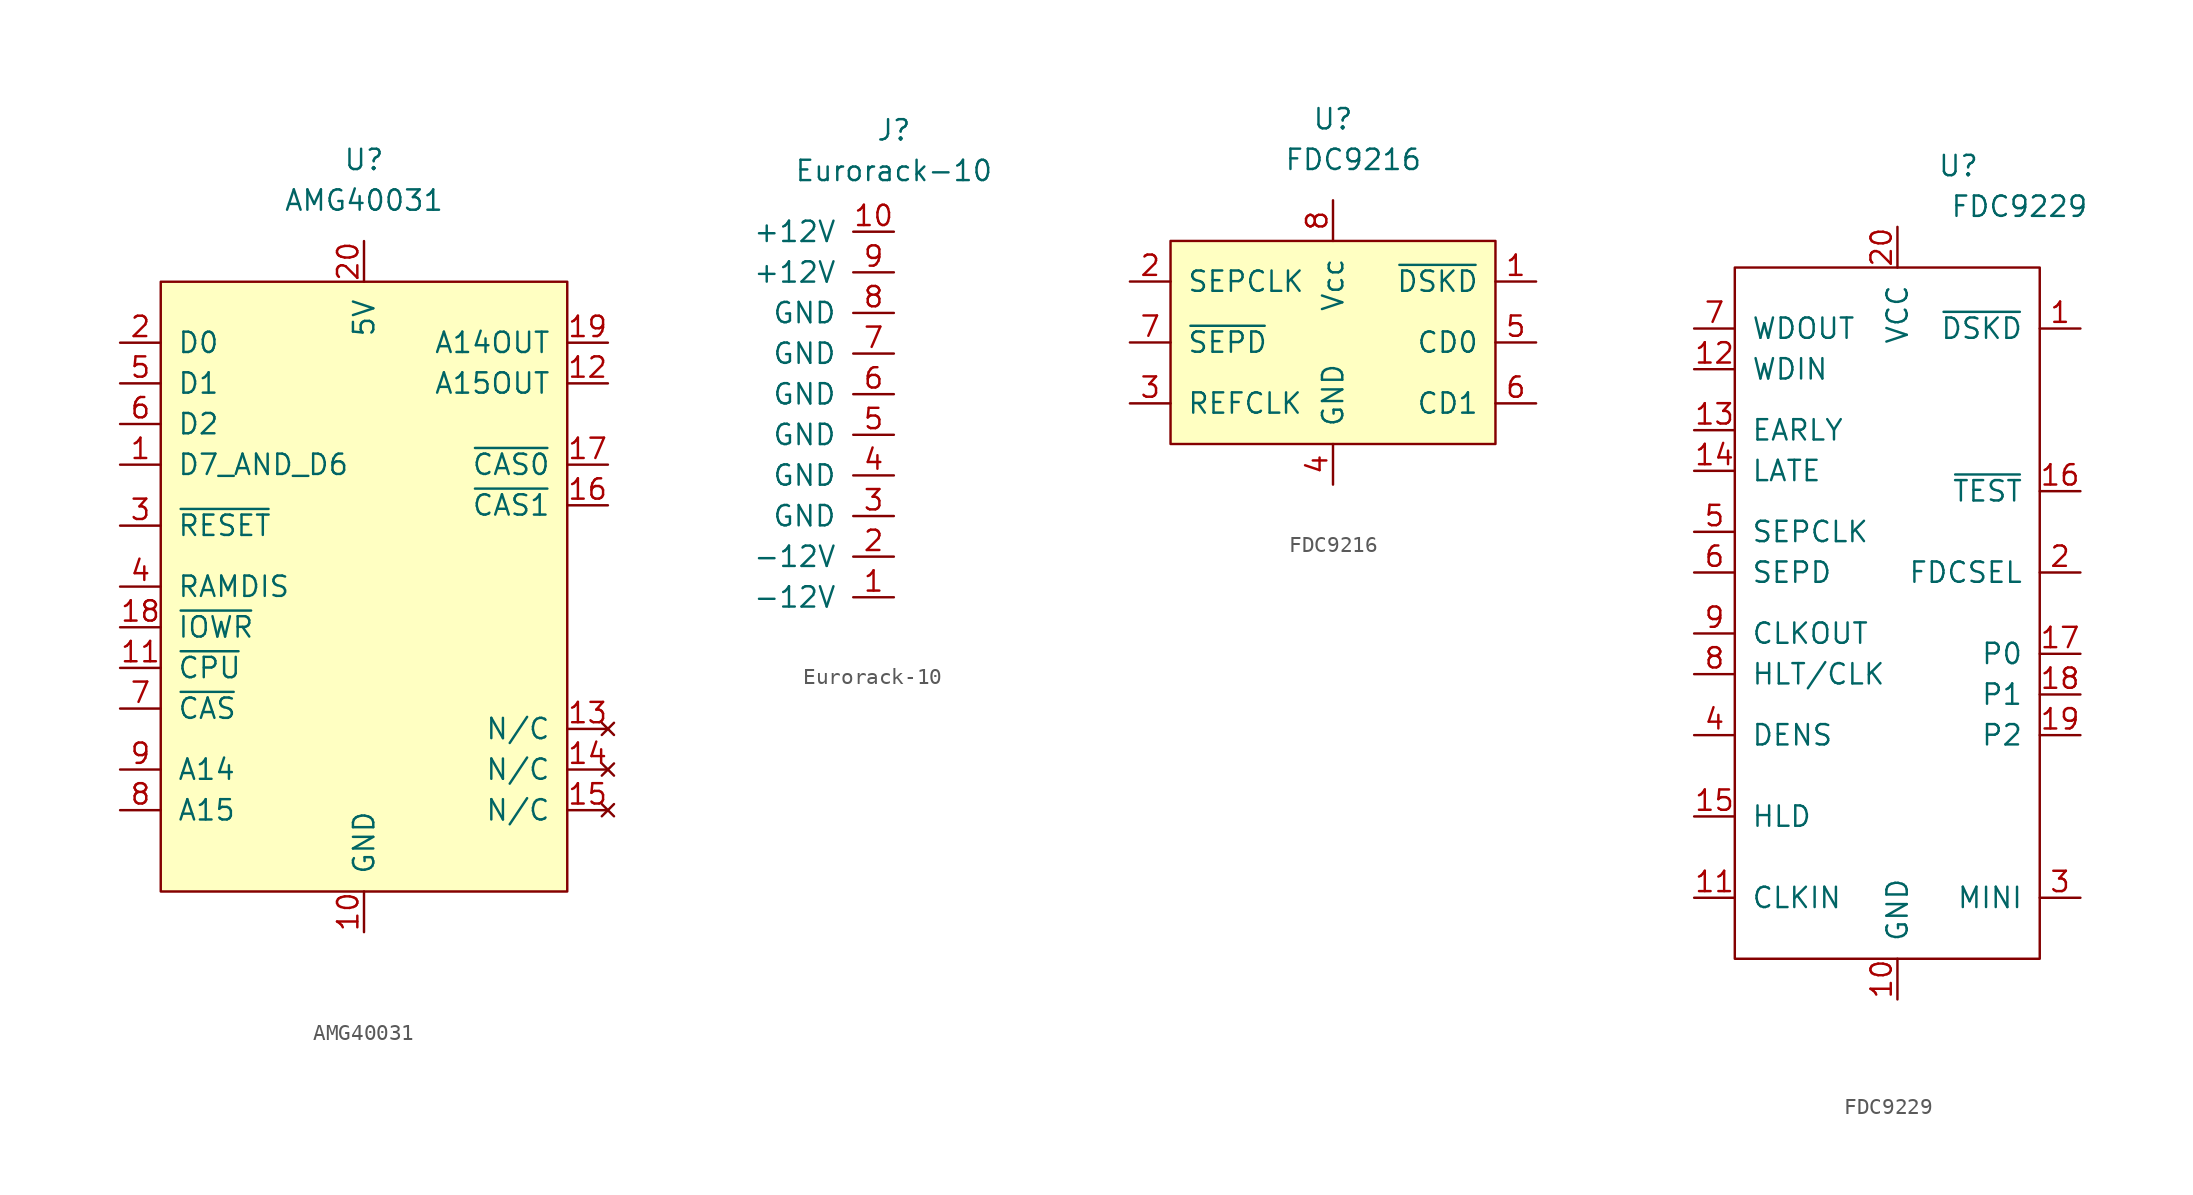
<source format=kicad_sym>
(kicad_symbol_lib
  (version 20211014)
  (generator kicad_symbol_editor)
  (symbol "AMG40031"
    (pin_names
      (offset 1.016))
    (property "Reference" "U"
      (at 0 26.67 0)
      (effects (font (size 1.27 1.27))))
    (property "Value" "AMG40031"
      (at 0 24.13 0)
      (effects (font (size 1.27 1.27))))
    (symbol "AMG40031_0_0"
      (pin input line (at -15.24 7.62 0) (length 2.54) (name "D7_AND_D6" (effects (font (size 1.27 1.27)))) (number "1" (effects (font (size 1.27 1.27)))))
      (pin passive line (at 0 -21.59 90) (length 2.54) (name "GND" (effects (font (size 1.27 1.27)))) (number "10" (effects (font (size 1.27 1.27)))))
      (pin input line (at -15.24 -5.08 0) (length 2.54) (name "~{CPU}" (effects (font (size 1.27 1.27)))) (number "11" (effects (font (size 1.27 1.27)))))
      (pin output line (at 15.24 12.7 180) (length 2.54) (name "A15OUT" (effects (font (size 1.27 1.27)))) (number "12" (effects (font (size 1.27 1.27)))))
      (pin no_connect line (at 15.24 -8.89 180) (length 2.54) (name "N/C" (effects (font (size 1.27 1.27)))) (number "13" (effects (font (size 1.27 1.27)))))
      (pin no_connect line (at 15.24 -11.43 180) (length 2.54) (name "N/C" (effects (font (size 1.27 1.27)))) (number "14" (effects (font (size 1.27 1.27)))))
      (pin no_connect line (at 15.24 -13.97 180) (length 2.54) (name "N/C" (effects (font (size 1.27 1.27)))) (number "15" (effects (font (size 1.27 1.27)))))
      (pin output line (at 15.24 5.08 180) (length 2.54) (name "~{CAS1}" (effects (font (size 1.27 1.27)))) (number "16" (effects (font (size 1.27 1.27)))))
      (pin output line (at 15.24 7.62 180) (length 2.54) (name "~{CAS0}" (effects (font (size 1.27 1.27)))) (number "17" (effects (font (size 1.27 1.27)))))
      (pin input line (at -15.24 -2.54 0) (length 2.54) (name "~{IOWR}" (effects (font (size 1.27 1.27)))) (number "18" (effects (font (size 1.27 1.27)))))
      (pin output line (at 15.24 15.24 180) (length 2.54) (name "A14OUT" (effects (font (size 1.27 1.27)))) (number "19" (effects (font (size 1.27 1.27)))))
      (pin input line (at -15.24 15.24 0) (length 2.54) (name "D0" (effects (font (size 1.27 1.27)))) (number "2" (effects (font (size 1.27 1.27)))))
      (pin power_in line (at 0 21.59 270) (length 2.54) (name "5V" (effects (font (size 1.27 1.27)))) (number "20" (effects (font (size 1.27 1.27)))))
      (pin input line (at -15.24 3.81 0) (length 2.54) (name "~{RESET}" (effects (font (size 1.27 1.27)))) (number "3" (effects (font (size 1.27 1.27)))))
      (pin input line (at -15.24 0 0) (length 2.54) (name "RAMDIS" (effects (font (size 1.27 1.27)))) (number "4" (effects (font (size 1.27 1.27)))))
      (pin input line (at -15.24 12.7 0) (length 2.54) (name "D1" (effects (font (size 1.27 1.27)))) (number "5" (effects (font (size 1.27 1.27)))))
      (pin input line (at -15.24 10.16 0) (length 2.54) (name "D2" (effects (font (size 1.27 1.27)))) (number "6" (effects (font (size 1.27 1.27)))))
      (pin input line (at -15.24 -7.62 0) (length 2.54) (name "~{CAS}" (effects (font (size 1.27 1.27)))) (number "7" (effects (font (size 1.27 1.27)))))
      (pin input line (at -15.24 -13.97 0) (length 2.54) (name "A15" (effects (font (size 1.27 1.27)))) (number "8" (effects (font (size 1.27 1.27)))))
      (pin input line (at -15.24 -11.43 0) (length 2.54) (name "A14" (effects (font (size 1.27 1.27)))) (number "9" (effects (font (size 1.27 1.27))))))
    (symbol "AMG40031_0_1"
      (rectangle (start -12.7 19.05) (end 12.7 -19.05) (stroke (width 0) (type default) (color 0 0 0 0)) (fill (type background)))))
  (symbol "Eurorack-10"
    (pin_names
      (offset 1.016))
    (property "Reference" "J"
      (at 0 17.78 0)
      (effects (font (size 1.27 1.27))))
    (property "Value" "Eurorack-10"
      (at 0 15.24 0)
      (effects (font (size 1.27 1.27))))
    (symbol "Eurorack-10_0_0"
      (pin power_in line (at 0 -11.43 180) (length 2.54) (name "-12V" (effects (font (size 1.27 1.27)))) (number "1" (effects (font (size 1.27 1.27)))))
      (pin power_in line (at 0 11.43 180) (length 2.54) (name "+12V" (effects (font (size 1.27 1.27)))) (number "10" (effects (font (size 1.27 1.27)))))
      (pin power_in line (at 0 -8.89 180) (length 2.54) (name "-12V" (effects (font (size 1.27 1.27)))) (number "2" (effects (font (size 1.27 1.27)))))
      (pin power_in line (at 0 -6.35 180) (length 2.54) (name "GND" (effects (font (size 1.27 1.27)))) (number "3" (effects (font (size 1.27 1.27)))))
      (pin power_in line (at 0 -3.81 180) (length 2.54) (name "GND" (effects (font (size 1.27 1.27)))) (number "4" (effects (font (size 1.27 1.27)))))
      (pin power_in line (at 0 -1.27 180) (length 2.54) (name "GND" (effects (font (size 1.27 1.27)))) (number "5" (effects (font (size 1.27 1.27)))))
      (pin power_in line (at 0 1.27 180) (length 2.54) (name "GND" (effects (font (size 1.27 1.27)))) (number "6" (effects (font (size 1.27 1.27)))))
      (pin power_in line (at 0 3.81 180) (length 2.54) (name "GND" (effects (font (size 1.27 1.27)))) (number "7" (effects (font (size 1.27 1.27)))))
      (pin power_in line (at 0 6.35 180) (length 2.54) (name "GND" (effects (font (size 1.27 1.27)))) (number "8" (effects (font (size 1.27 1.27)))))
      (pin power_in line (at 0 8.89 180) (length 2.54) (name "+12V" (effects (font (size 1.27 1.27)))) (number "9" (effects (font (size 1.27 1.27)))))))
  (symbol "FDC9216"
    (pin_names
      (offset 1.016))
    (property "Reference" "U"
      (at 0 13.97 0)
      (effects (font (size 1.27 1.27))))
    (property "Value" "FDC9216"
      (at 1.27 11.43 0)
      (effects (font (size 1.27 1.27))))
    (symbol "FDC9216_0_0"
      (pin input line (at 12.7 3.81 180) (length 2.54) (name "~{DSKD}" (effects (font (size 1.27 1.27)))) (number "1" (effects (font (size 1.27 1.27)))))
      (pin output line (at -12.7 3.81 0) (length 2.54) (name "SEPCLK" (effects (font (size 1.27 1.27)))) (number "2" (effects (font (size 1.27 1.27)))))
      (pin input line (at -12.7 -3.81 0) (length 2.54) (name "REFCLK" (effects (font (size 1.27 1.27)))) (number "3" (effects (font (size 1.27 1.27)))))
      (pin passive line (at 0 -8.89 90) (length 2.54) (name "GND" (effects (font (size 1.27 1.27)))) (number "4" (effects (font (size 1.27 1.27)))))
      (pin input line (at 12.7 0 180) (length 2.54) (name "CD0" (effects (font (size 1.27 1.27)))) (number "5" (effects (font (size 1.27 1.27)))))
      (pin input line (at 12.7 -3.81 180) (length 2.54) (name "CD1" (effects (font (size 1.27 1.27)))) (number "6" (effects (font (size 1.27 1.27)))))
      (pin output line (at -12.7 0 0) (length 2.54) (name "~{SEPD}" (effects (font (size 1.27 1.27)))) (number "7" (effects (font (size 1.27 1.27)))))
      (pin power_in line (at 0 8.89 270) (length 2.54) (name "Vcc" (effects (font (size 1.27 1.27)))) (number "8" (effects (font (size 1.27 1.27))))))
    (symbol "FDC9216_0_1"
      (rectangle (start -10.16 6.35) (end 10.16 -6.35) (stroke (width 0) (type default) (color 0 0 0 0)) (fill (type background)))))
  (symbol "FDC9229"
    (pin_names
      (offset 1.016))
    (property "Reference" "U"
      (at 3.81 27.94 0)
      (effects (font (size 1.27 1.27))))
    (property "Value" "FDC9229"
      (at 7.62 25.4 0)
      (effects (font (size 1.27 1.27))))
    (symbol "FDC9229_0_0"
      (pin input line (at 11.43 17.78 180) (length 2.54) (name "~{DSKD}" (effects (font (size 1.27 1.27)))) (number "1" (effects (font (size 1.27 1.27)))))
      (pin passive line (at 0 -24.13 90) (length 2.54) (name "GND" (effects (font (size 1.27 1.27)))) (number "10" (effects (font (size 1.27 1.27)))))
      (pin input line (at -12.7 -17.78 0) (length 2.54) (name "CLKIN" (effects (font (size 1.27 1.27)))) (number "11" (effects (font (size 1.27 1.27)))))
      (pin input line (at -12.7 15.24 0) (length 2.54) (name "WDIN" (effects (font (size 1.27 1.27)))) (number "12" (effects (font (size 1.27 1.27)))))
      (pin input line (at -12.7 11.43 0) (length 2.54) (name "EARLY" (effects (font (size 1.27 1.27)))) (number "13" (effects (font (size 1.27 1.27)))))
      (pin input line (at -12.7 8.89 0) (length 2.54) (name "LATE" (effects (font (size 1.27 1.27)))) (number "14" (effects (font (size 1.27 1.27)))))
      (pin input line (at -12.7 -12.7 0) (length 2.54) (name "HLD" (effects (font (size 1.27 1.27)))) (number "15" (effects (font (size 1.27 1.27)))))
      (pin input line (at 11.43 7.62 180) (length 2.54) (name "~{TEST}" (effects (font (size 1.27 1.27)))) (number "16" (effects (font (size 1.27 1.27)))))
      (pin input line (at 11.43 -2.54 180) (length 2.54) (name "P0" (effects (font (size 1.27 1.27)))) (number "17" (effects (font (size 1.27 1.27)))))
      (pin input line (at 11.43 -5.08 180) (length 2.54) (name "P1" (effects (font (size 1.27 1.27)))) (number "18" (effects (font (size 1.27 1.27)))))
      (pin input line (at 11.43 -7.62 180) (length 2.54) (name "P2" (effects (font (size 1.27 1.27)))) (number "19" (effects (font (size 1.27 1.27)))))
      (pin input line (at 11.43 2.54 180) (length 2.54) (name "FDCSEL" (effects (font (size 1.27 1.27)))) (number "2" (effects (font (size 1.27 1.27)))))
      (pin power_in line (at 0 24.13 270) (length 2.54) (name "VCC" (effects (font (size 1.27 1.27)))) (number "20" (effects (font (size 1.27 1.27)))))
      (pin input line (at 11.43 -17.78 180) (length 2.54) (name "MINI" (effects (font (size 1.27 1.27)))) (number "3" (effects (font (size 1.27 1.27)))))
      (pin input line (at -12.7 -7.62 0) (length 2.54) (name "DENS" (effects (font (size 1.27 1.27)))) (number "4" (effects (font (size 1.27 1.27)))))
      (pin output line (at -12.7 5.08 0) (length 2.54) (name "SEPCLK" (effects (font (size 1.27 1.27)))) (number "5" (effects (font (size 1.27 1.27)))))
      (pin output line (at -12.7 2.54 0) (length 2.54) (name "SEPD" (effects (font (size 1.27 1.27)))) (number "6" (effects (font (size 1.27 1.27)))))
      (pin output line (at -12.7 17.78 0) (length 2.54) (name "WDOUT" (effects (font (size 1.27 1.27)))) (number "7" (effects (font (size 1.27 1.27)))))
      (pin output line (at -12.7 -3.81 0) (length 2.54) (name "HLT/CLK" (effects (font (size 1.27 1.27)))) (number "8" (effects (font (size 1.27 1.27)))))
      (pin output line (at -12.7 -1.27 0) (length 2.54) (name "CLKOUT" (effects (font (size 1.27 1.27)))) (number "9" (effects (font (size 1.27 1.27))))))
    (symbol "FDC9229_0_1"
      (rectangle (start -10.16 21.59) (end 8.89 -21.59) (stroke (width 0) (type default) (color 0 0 0 0)) (fill (type none))))))
</source>
